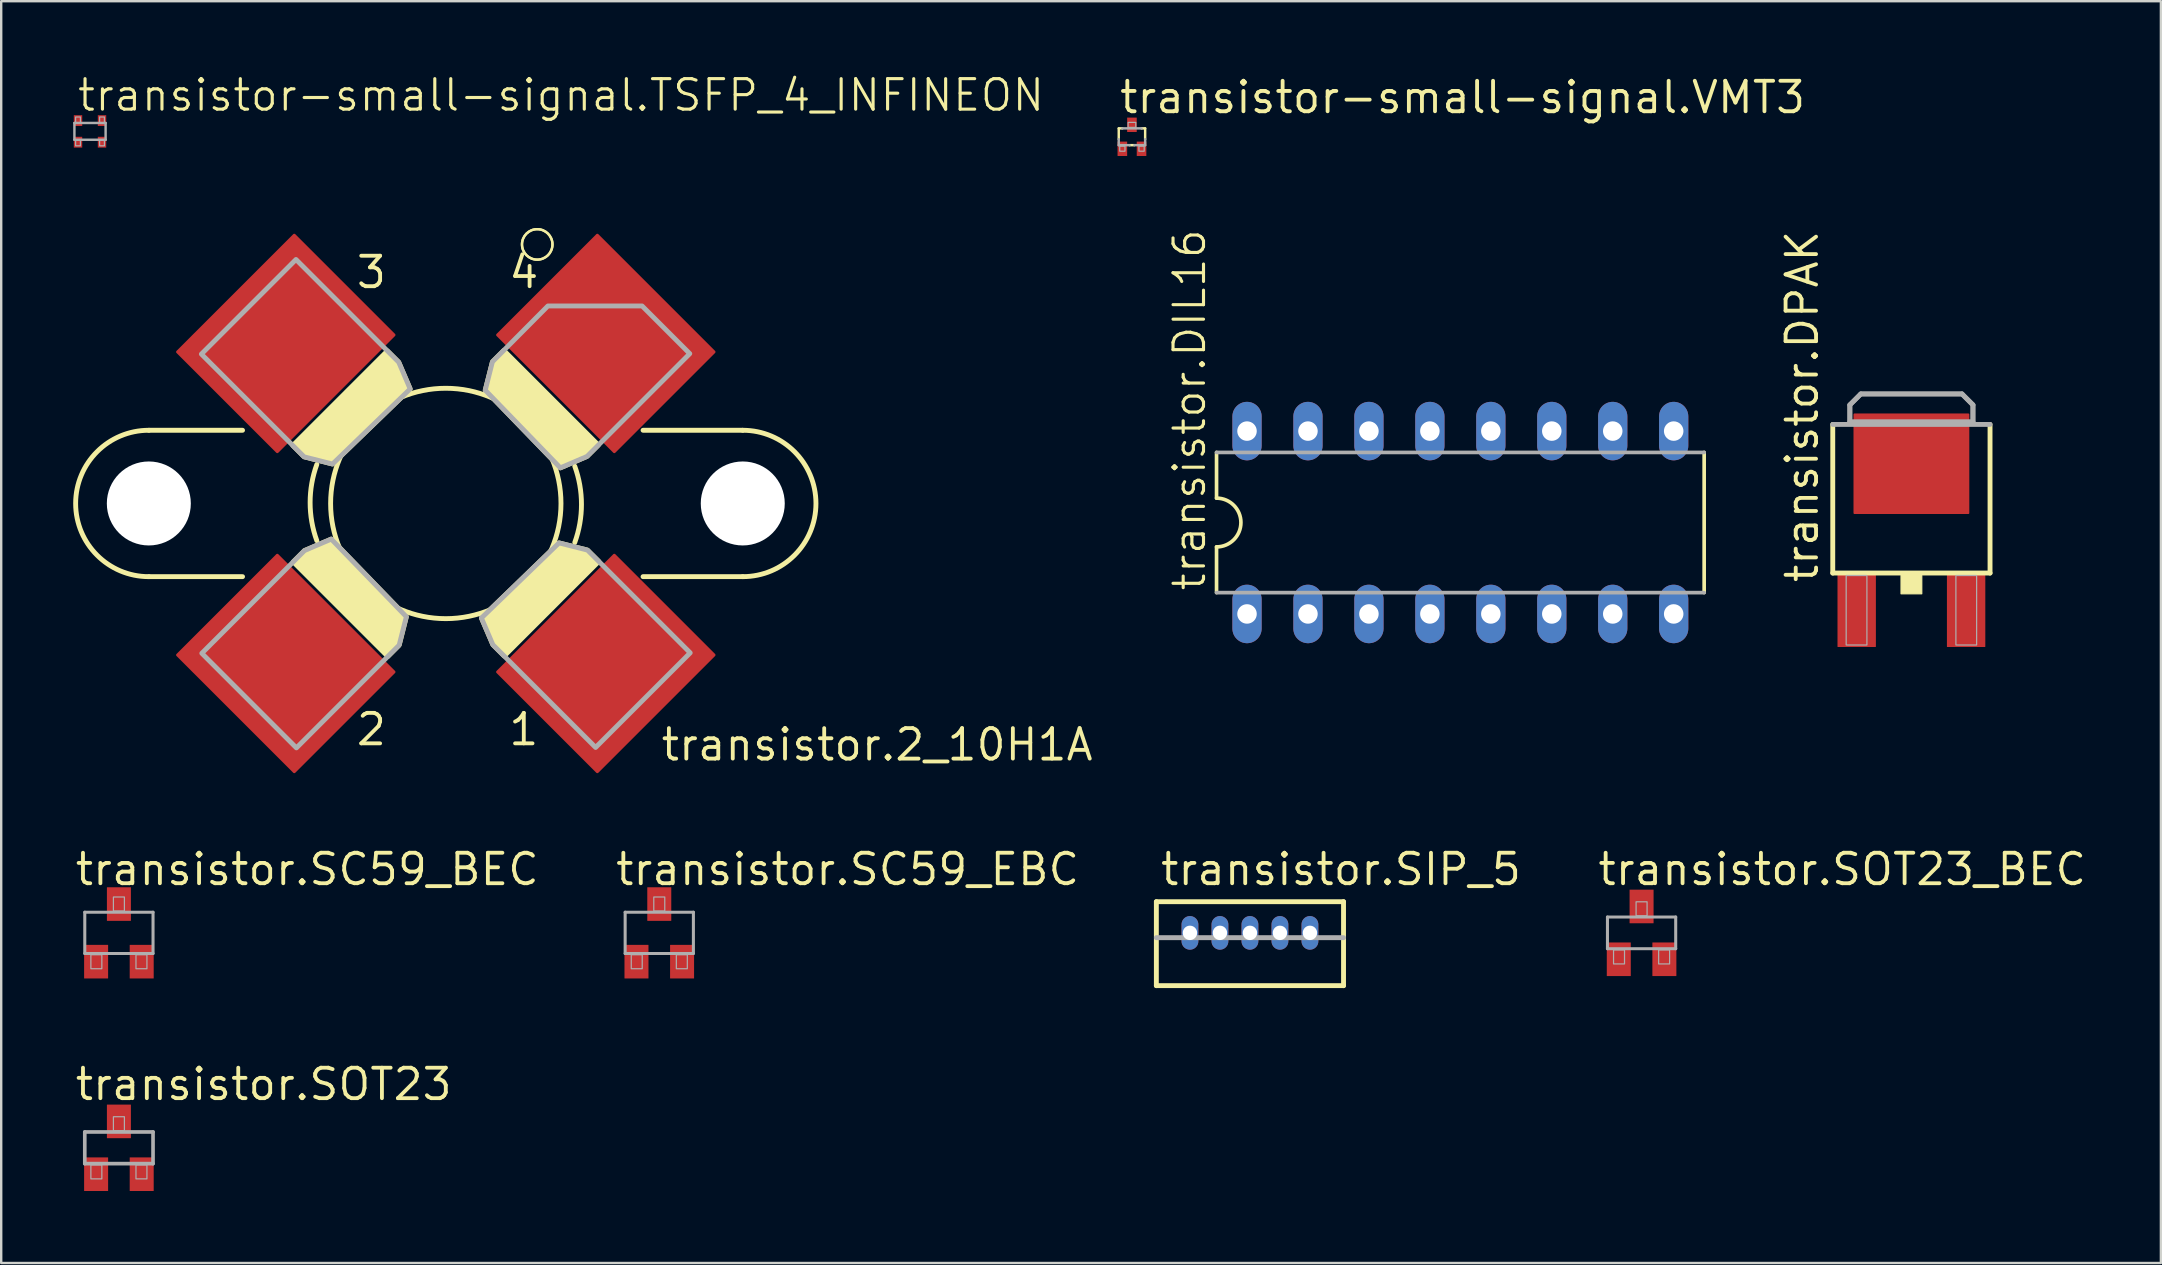
<source format=kicad_pcb>
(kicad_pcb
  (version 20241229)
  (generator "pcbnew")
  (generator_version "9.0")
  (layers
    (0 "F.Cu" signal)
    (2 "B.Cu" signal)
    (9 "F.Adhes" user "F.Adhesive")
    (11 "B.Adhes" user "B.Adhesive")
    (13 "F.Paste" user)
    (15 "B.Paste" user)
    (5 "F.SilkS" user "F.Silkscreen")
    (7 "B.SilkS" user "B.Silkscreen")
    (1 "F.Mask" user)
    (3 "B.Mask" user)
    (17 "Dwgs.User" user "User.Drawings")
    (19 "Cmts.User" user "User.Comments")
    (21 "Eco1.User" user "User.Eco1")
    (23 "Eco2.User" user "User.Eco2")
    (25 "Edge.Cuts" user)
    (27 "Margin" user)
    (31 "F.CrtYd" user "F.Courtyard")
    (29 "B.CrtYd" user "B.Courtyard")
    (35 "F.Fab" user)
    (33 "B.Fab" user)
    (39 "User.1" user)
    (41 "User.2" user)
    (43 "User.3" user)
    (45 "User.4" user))
  (footprint "transistor.SC59_EBC"
    (layer "F.Cu")
    (at 24.423 35.824)
    (property "Reference" "transistor.SC59_EBC" (at -1.905 -1.905 0) (layer "F.SilkS") (effects (font (size 1.27 1.27) (thickness 0.16)) (justify left bottom)))
    (attr smd)
    (fp_line (start -1.422 -0.86) (end 1.422 -0.86) (stroke (width 0.127) (type default)) (layer "F.Fab"))
    (fp_line (start -1.422 0.86) (end -1.422 -0.86) (stroke (width 0.127) (type default)) (layer "F.Fab"))
    (fp_line (start 1.422 -0.86) (end 1.422 0.86) (stroke (width 0.127) (type default)) (layer "F.Fab"))
    (fp_line (start 1.422 0.86) (end -1.422 0.86) (stroke (width 0.127) (type default)) (layer "F.Fab"))
    (fp_rect (start -1.168 1.495) (end -0.711 0.911) (stroke (width 0.05) (type default)) (fill no) (layer "F.Fab"))
    (fp_rect (start -0.229 -0.911) (end 0.229 -1.495) (stroke (width 0.05) (type default)) (fill no) (layer "F.Fab"))
    (fp_rect (start 0.711 1.495) (end 1.168 0.911) (stroke (width 0.05) (type default)) (fill no) (layer "F.Fab"))
    (pad "B" smd roundrect (at 0.95 1.2) (size 1 1.4) (layers "F.Cu" "F.Mask" "F.Paste") (roundrect_rratio 0.01))
    (pad "C" smd roundrect (at 0 -1.2) (size 1 1.4) (layers "F.Cu" "F.Mask" "F.Paste") (roundrect_rratio 0.01))
    (pad "E" smd roundrect (at -0.95 1.2) (size 1 1.4) (layers "F.Cu" "F.Mask" "F.Paste") (roundrect_rratio 0.01)))
  (footprint "transistor.SIP_5"
    (layer "F.Cu")
    (at 49.037 35.824)
    (property "Reference" "transistor.SIP_5" (at -3.81 -1.905 0) (layer "F.SilkS") (effects (font (size 1.27 1.27) (thickness 0.16)) (justify left bottom)))
    (attr through_hole)
    (fp_line (start -3.9 -1.3) (end -3.9 2.2) (stroke (width 0.203) (type default)) (layer "F.SilkS"))
    (fp_line (start -3.9 -1.3) (end 3.9 -1.3) (stroke (width 0.203) (type default)) (layer "F.SilkS"))
    (fp_line (start -3.9 2.2) (end 3.9 2.2) (stroke (width 0.203) (type default)) (layer "F.SilkS"))
    (fp_line (start 3.9 -1.3) (end 3.9 2.2) (stroke (width 0.203) (type default)) (layer "F.SilkS"))
    (fp_line (start -3.9 0.2) (end 3.9 0.2) (stroke (width 0.203) (type default)) (layer "F.Fab"))
    (pad "1" thru_hole oval (at -2.5 0 90) (size 1.4 0.7) (drill 0.6) (layers "*.Cu" "*.Mask"))
    (pad "2" thru_hole oval (at -1.25 0 90) (size 1.4 0.7) (drill 0.6) (layers "*.Cu" "*.Mask"))
    (pad "3" thru_hole oval (at 0 0 90) (size 1.4 0.7) (drill 0.6) (layers "*.Cu" "*.Mask"))
    (pad "4" thru_hole oval (at 1.25 0 90) (size 1.4 0.7) (drill 0.6) (layers "*.Cu" "*.Mask"))
    (pad "5" thru_hole oval (at 2.5 0 90) (size 1.4 0.7) (drill 0.6) (layers "*.Cu" "*.Mask")))
  (footprint "transistor.SC59_BEC"
    (layer "F.Cu")
    (at 1.905 35.824)
    (property "Reference" "transistor.SC59_BEC" (at -1.905 -1.905 0) (layer "F.SilkS") (effects (font (size 1.27 1.27) (thickness 0.16)) (justify left bottom)))
    (attr smd)
    (fp_line (start -1.422 -0.86) (end 1.422 -0.86) (stroke (width 0.127) (type default)) (layer "F.Fab"))
    (fp_line (start -1.422 0.86) (end -1.422 -0.86) (stroke (width 0.127) (type default)) (layer "F.Fab"))
    (fp_line (start 1.422 -0.86) (end 1.422 0.86) (stroke (width 0.127) (type default)) (layer "F.Fab"))
    (fp_line (start 1.422 0.86) (end -1.422 0.86) (stroke (width 0.127) (type default)) (layer "F.Fab"))
    (fp_rect (start -1.168 1.495) (end -0.711 0.911) (stroke (width 0.05) (type default)) (fill no) (layer "F.Fab"))
    (fp_rect (start -0.229 -0.911) (end 0.229 -1.495) (stroke (width 0.05) (type default)) (fill no) (layer "F.Fab"))
    (fp_rect (start 0.711 1.495) (end 1.168 0.911) (stroke (width 0.05) (type default)) (fill no) (layer "F.Fab"))
    (pad "B" smd roundrect (at -0.95 1.2) (size 1 1.4) (layers "F.Cu" "F.Mask" "F.Paste") (roundrect_rratio 0.01))
    (pad "C" smd roundrect (at 0 -1.2) (size 1 1.4) (layers "F.Cu" "F.Mask" "F.Paste") (roundrect_rratio 0.01))
    (pad "E" smd roundrect (at 0.95 1.2) (size 1 1.4) (layers "F.Cu" "F.Mask" "F.Paste") (roundrect_rratio 0.01)))
  (footprint "transistor-small-signal.VMT3"
    (layer "F.Cu")
    (at 44.12 2.65)
    (property "Reference" "transistor-small-signal.VMT3" (at -0.6 -0.9 0) (layer "F.SilkS") (effects (font (size 1.27 1.27) (thickness 0.16)) (justify left bottom)))
    (attr smd)
    (fp_line (start -0.55 -0.35) (end -0.4 -0.35) (stroke (width 0.102) (type default)) (layer "F.SilkS"))
    (fp_line (start -0.55 0.1) (end -0.55 -0.35) (stroke (width 0.102) (type default)) (layer "F.SilkS"))
    (fp_line (start 0.1 0.35) (end -0.1 0.35) (stroke (width 0.102) (type default)) (layer "F.SilkS"))
    (fp_line (start 0.4 -0.35) (end 0.55 -0.35) (stroke (width 0.102) (type default)) (layer "F.SilkS"))
    (fp_line (start 0.55 -0.35) (end 0.55 0.1) (stroke (width 0.102) (type default)) (layer "F.SilkS"))
    (fp_line (start -0.55 0.1) (end -0.55 0.35) (stroke (width 0.102) (type default)) (layer "F.Fab"))
    (fp_line (start -0.4 -0.35) (end 0.4 -0.35) (stroke (width 0.102) (type default)) (layer "F.Fab"))
    (fp_line (start -0.1 0.35) (end -0.55 0.35) (stroke (width 0.102) (type default)) (layer "F.Fab"))
    (fp_line (start 0.55 0.1) (end 0.55 0.35) (stroke (width 0.102) (type default)) (layer "F.Fab"))
    (fp_line (start 0.55 0.35) (end 0.1 0.35) (stroke (width 0.102) (type default)) (layer "F.Fab"))
    (fp_rect (start -0.51 0.6) (end -0.29 0.39) (stroke (width 0.05) (type default)) (fill no) (layer "F.Fab"))
    (fp_rect (start -0.16 -0.39) (end 0.16 -0.6) (stroke (width 0.05) (type default)) (fill no) (layer "F.Fab"))
    (fp_rect (start 0.29 0.6) (end 0.51 0.39) (stroke (width 0.05) (type default)) (fill no) (layer "F.Fab"))
    (pad "B" smd roundrect (at -0.4 0.5) (size 0.4 0.6) (layers "F.Cu" "F.Mask" "F.Paste") (roundrect_rratio 0.01))
    (pad "C" smd roundrect (at 0 -0.5) (size 0.4 0.6) (layers "F.Cu" "F.Mask" "F.Paste") (roundrect_rratio 0.01))
    (pad "E" smd roundrect (at 0.4 0.5) (size 0.4 0.6) (layers "F.Cu" "F.Mask" "F.Paste") (roundrect_rratio 0.01)))
  (footprint "transistor.DPAK"
    (layer "F.Cu")
    (at 76.601 18.371)
    (property "Reference" "transistor.DPAK" (at -3.81 2.94 90) (layer "F.SilkS") (effects (font (size 1.27 1.27) (thickness 0.16)) (justify left bottom)))
    (attr smd)
    (fp_line (start -3.277 2.459) (end -3.277 -3.735) (stroke (width 0.203) (type default)) (layer "F.SilkS"))
    (fp_line (start 3.277 -3.735) (end 3.277 2.459) (stroke (width 0.203) (type default)) (layer "F.SilkS"))
    (fp_line (start 3.277 2.459) (end -3.277 2.459) (stroke (width 0.203) (type default)) (layer "F.SilkS"))
    (fp_rect (start -0.432 3.323) (end 0.432 2.561) (stroke (width 0.05) (type default)) (fill yes) (layer "F.SilkS"))
    (fp_line (start -3.277 -3.735) (end 3.277 -3.735) (stroke (width 0.203) (type default)) (layer "F.Fab"))
    (fp_line (start -2.565 -4.548) (end -2.108 -5.005) (stroke (width 0.203) (type default)) (layer "F.Fab"))
    (fp_line (start -2.565 -3.837) (end -2.565 -4.548) (stroke (width 0.203) (type default)) (layer "F.Fab"))
    (fp_line (start -2.108 -5.005) (end 2.108 -5.005) (stroke (width 0.203) (type default)) (layer "F.Fab"))
    (fp_line (start 2.108 -5.005) (end 2.565 -4.548) (stroke (width 0.203) (type default)) (layer "F.Fab"))
    (fp_line (start 2.565 -4.548) (end 2.565 -3.837) (stroke (width 0.203) (type default)) (layer "F.Fab"))
    (fp_line (start 2.565 -3.837) (end -2.565 -3.837) (stroke (width 0.203) (type default)) (layer "F.Fab"))
    (fp_rect (start -2.718 5.456) (end -1.854 2.561) (stroke (width 0.05) (type default)) (fill no) (layer "F.Fab"))
    (fp_rect (start 1.854 5.456) (end 2.718 2.561) (stroke (width 0.05) (type default)) (fill no) (layer "F.Fab"))
    (fp_poly (pts (xy -2.565 -3.837) (xy -2.565 -4.548) (xy -2.108 -5.005) (xy 2.108 -5.005) (xy 2.565 -4.548) (xy 2.565 -3.837)) (stroke (width 0.2) (type default)) (fill no) (layer "F.Fab"))
    (pad "1" smd roundrect (at -2.28 4.04) (size 1.6 3) (layers "F.Cu" "F.Mask" "F.Paste") (roundrect_rratio 0.01))
    (pad "3" smd roundrect (at 2.28 4.04) (size 1.6 3) (layers "F.Cu" "F.Mask" "F.Paste") (roundrect_rratio 0.01))
    (pad "4" smd roundrect (at 0 -2.096) (size 4.826 4.191) (layers "F.Cu" "F.Mask" "F.Paste") (roundrect_rratio 0.01)))
  (footprint "transistor.SOT23_BEC"
    (layer "F.Cu")
    (at 65.357 35.824)
    (property "Reference" "transistor.SOT23_BEC" (at -1.905 -1.905 0) (layer "F.SilkS") (effects (font (size 1.27 1.27) (thickness 0.16)) (justify left bottom)))
    (attr smd)
    (fp_line (start -1.422 -0.66) (end 1.422 -0.66) (stroke (width 0.127) (type default)) (layer "F.Fab"))
    (fp_line (start -1.422 0.66) (end -1.422 -0.66) (stroke (width 0.127) (type default)) (layer "F.Fab"))
    (fp_line (start 1.422 -0.66) (end 1.422 0.66) (stroke (width 0.127) (type default)) (layer "F.Fab"))
    (fp_line (start 1.422 0.66) (end -1.422 0.66) (stroke (width 0.127) (type default)) (layer "F.Fab"))
    (fp_rect (start -1.168 1.295) (end -0.711 0.711) (stroke (width 0.05) (type default)) (fill no) (layer "F.Fab"))
    (fp_rect (start -0.229 -0.711) (end 0.229 -1.295) (stroke (width 0.05) (type default)) (fill no) (layer "F.Fab"))
    (fp_rect (start 0.711 1.295) (end 1.168 0.711) (stroke (width 0.05) (type default)) (fill no) (layer "F.Fab"))
    (pad "B" smd roundrect (at -0.95 1.1) (size 1 1.4) (layers "F.Cu" "F.Mask" "F.Paste") (roundrect_rratio 0.01))
    (pad "C" smd roundrect (at 0 -1.1) (size 1 1.4) (layers "F.Cu" "F.Mask" "F.Paste") (roundrect_rratio 0.01))
    (pad "E" smd roundrect (at 0.95 1.1) (size 1 1.4) (layers "F.Cu" "F.Mask" "F.Paste") (roundrect_rratio 0.01)))
  (footprint "transistor.DIL16"
    (layer "F.Cu")
    (at 57.805 18.724)
    (property "Reference" "transistor.DIL16" (at -10.541 2.921 90) (layer "F.SilkS") (effects (font (size 1.27 1.27) (thickness 0.13)) (justify left bottom)))
    (attr through_hole)
    (fp_line (start -10.16 -2.921) (end -10.16 -1.016) (stroke (width 0.152) (type default)) (layer "F.SilkS"))
    (fp_line (start -10.16 2.921) (end -10.16 1.016) (stroke (width 0.152) (type default)) (layer "F.SilkS"))
    (fp_line (start 10.16 -2.921) (end 10.16 2.921) (stroke (width 0.152) (type default)) (layer "F.SilkS"))
    (fp_arc (start -10.16 -1.016) (mid -9.144 0) (end -10.16 1.016) (stroke (width 0.1524) (type default)) (layer "F.SilkS"))
    (fp_line (start -10.16 2.921) (end 10.16 2.921) (stroke (width 0.152) (type default)) (layer "F.Fab"))
    (fp_line (start 10.16 -2.921) (end -10.16 -2.921) (stroke (width 0.152) (type default)) (layer "F.Fab"))
    (pad "1" thru_hole oval (at -8.89 3.81 90) (size 2.438 1.219) (drill 0.813) (layers "*.Cu" "*.Mask"))
    (pad "2" thru_hole oval (at -6.35 3.81 90) (size 2.438 1.219) (drill 0.813) (layers "*.Cu" "*.Mask"))
    (pad "3" thru_hole oval (at -3.81 3.81 90) (size 2.438 1.219) (drill 0.813) (layers "*.Cu" "*.Mask"))
    (pad "4" thru_hole oval (at -1.27 3.81 90) (size 2.438 1.219) (drill 0.813) (layers "*.Cu" "*.Mask"))
    (pad "5" thru_hole oval (at 1.27 3.81 90) (size 2.438 1.219) (drill 0.813) (layers "*.Cu" "*.Mask"))
    (pad "6" thru_hole oval (at 3.81 3.81 90) (size 2.438 1.219) (drill 0.813) (layers "*.Cu" "*.Mask"))
    (pad "7" thru_hole oval (at 6.35 3.81 90) (size 2.438 1.219) (drill 0.813) (layers "*.Cu" "*.Mask"))
    (pad "8" thru_hole oval (at 8.89 3.81 90) (size 2.438 1.219) (drill 0.813) (layers "*.Cu" "*.Mask"))
    (pad "9" thru_hole oval (at 8.89 -3.81 90) (size 2.438 1.219) (drill 0.813) (layers "*.Cu" "*.Mask"))
    (pad "10" thru_hole oval (at 6.35 -3.81 90) (size 2.438 1.219) (drill 0.813) (layers "*.Cu" "*.Mask"))
    (pad "11" thru_hole oval (at 3.81 -3.81 90) (size 2.438 1.219) (drill 0.813) (layers "*.Cu" "*.Mask"))
    (pad "12" thru_hole oval (at 1.27 -3.81 90) (size 2.438 1.219) (drill 0.813) (layers "*.Cu" "*.Mask"))
    (pad "13" thru_hole oval (at -1.27 -3.81 90) (size 2.438 1.219) (drill 0.813) (layers "*.Cu" "*.Mask"))
    (pad "14" thru_hole oval (at -3.81 -3.81 90) (size 2.438 1.219) (drill 0.813) (layers "*.Cu" "*.Mask"))
    (pad "15" thru_hole oval (at -6.35 -3.81 90) (size 2.438 1.219) (drill 0.813) (layers "*.Cu" "*.Mask"))
    (pad "16" thru_hole oval (at -8.89 -3.81 90) (size 2.438 1.219) (drill 0.813) (layers "*.Cu" "*.Mask")))
  (footprint "transistor-small-signal.TSFP_4_INFINEON"
    (layer "F.Cu")
    (at 0.701 2.425)
    (property "Reference" "transistor-small-signal.TSFP_4_INFINEON" (at -0.595 -0.765 0) (layer "F.SilkS") (effects (font (size 1.27 1.27) (thickness 0.13)) (justify left bottom)))
    (attr smd)
    (fp_line (start -0.65 -0.35) (end 0.65 -0.35) (stroke (width 0.102) (type default)) (layer "F.Fab"))
    (fp_line (start -0.65 0.35) (end -0.65 -0.35) (stroke (width 0.102) (type default)) (layer "F.Fab"))
    (fp_line (start 0.65 -0.35) (end 0.65 0.35) (stroke (width 0.102) (type default)) (layer "F.Fab"))
    (fp_line (start 0.65 0.35) (end -0.65 0.35) (stroke (width 0.102) (type default)) (layer "F.Fab"))
    (fp_rect (start -0.6 -0.35) (end -0.4 -0.6) (stroke (width 0.05) (type default)) (fill no) (layer "F.Fab"))
    (fp_rect (start -0.6 0.6) (end -0.4 0.35) (stroke (width 0.05) (type default)) (fill no) (layer "F.Fab"))
    (fp_rect (start 0.4 -0.35) (end 0.6 -0.6) (stroke (width 0.05) (type default)) (fill no) (layer "F.Fab"))
    (fp_rect (start 0.4 0.6) (end 0.6 0.35) (stroke (width 0.05) (type default)) (fill no) (layer "F.Fab"))
    (pad "1" smd roundrect (at -0.5 0.45) (size 0.35 0.45) (layers "F.Cu" "F.Mask" "F.Paste") (roundrect_rratio 0.01))
    (pad "2" smd roundrect (at 0.5 0.45) (size 0.35 0.45) (layers "F.Cu" "F.Mask" "F.Paste") (roundrect_rratio 0.01))
    (pad "3" smd roundrect (at 0.5 -0.45) (size 0.35 0.45) (layers "F.Cu" "F.Mask" "F.Paste") (roundrect_rratio 0.01))
    (pad "4" smd roundrect (at -0.5 -0.45) (size 0.35 0.45) (layers "F.Cu" "F.Mask" "F.Paste") (roundrect_rratio 0.01)))
  (footprint "transistor.SOT23"
    (layer "F.Cu")
    (at 1.905 44.781)
    (property "Reference" "transistor.SOT23" (at -1.905 -1.905 0) (layer "F.SilkS") (effects (font (size 1.27 1.27) (thickness 0.16)) (justify left bottom)))
    (attr smd)
    (fp_line (start -1.422 -0.66) (end 1.422 -0.66) (stroke (width 0.152) (type default)) (layer "F.Fab"))
    (fp_line (start -1.422 0.66) (end -1.422 -0.66) (stroke (width 0.152) (type default)) (layer "F.Fab"))
    (fp_line (start 1.422 -0.66) (end 1.422 0.66) (stroke (width 0.152) (type default)) (layer "F.Fab"))
    (fp_line (start 1.422 0.66) (end -1.422 0.66) (stroke (width 0.152) (type default)) (layer "F.Fab"))
    (fp_rect (start -1.168 1.295) (end -0.711 0.711) (stroke (width 0.05) (type default)) (fill no) (layer "F.Fab"))
    (fp_rect (start -0.229 -0.711) (end 0.229 -1.295) (stroke (width 0.05) (type default)) (fill no) (layer "F.Fab"))
    (fp_rect (start 0.711 1.295) (end 1.168 0.711) (stroke (width 0.05) (type default)) (fill no) (layer "F.Fab"))
    (pad "1" smd roundrect (at -0.95 1.1) (size 1 1.4) (layers "F.Cu" "F.Mask" "F.Paste") (roundrect_rratio 0.01))
    (pad "2" smd roundrect (at 0.95 1.1) (size 1 1.4) (layers "F.Cu" "F.Mask" "F.Paste") (roundrect_rratio 0.01))
    (pad "3" smd roundrect (at 0 -1.1) (size 1 1.4) (layers "F.Cu" "F.Mask" "F.Paste") (roundrect_rratio 0.01)))
  (footprint "transistor.2_10H1A"
    (layer "F.Cu")
    (at 15.527 17.93)
    (property "Reference" "transistor.2_10H1A" (at 8.89 10.795 0) (layer "F.SilkS") (effects (font (size 1.27 1.27) (thickness 0.16)) (justify left bottom)))
    (attr smd)
    (fp_circle (center 3.81 -10.795) (end 4.445 -10.795) (stroke (width 0.1) (type default)) (fill no) (layer "F.Mask"))
    (fp_line (start -12.375 -3.05) (end -8.47 -3.05) (stroke (width 0.203) (type default)) (layer "F.SilkS"))
    (fp_line (start -8.47 3.05) (end -12.375 3.05) (stroke (width 0.203) (type default)) (layer "F.SilkS"))
    (fp_line (start 8.22 -3.05) (end 12.375 -3.05) (stroke (width 0.203) (type default)) (layer "F.SilkS"))
    (fp_line (start 12.375 3.05) (end 8.22 3.05) (stroke (width 0.203) (type default)) (layer "F.SilkS"))
    (fp_arc (start -12.375 3.05) (mid -15.425 0) (end -12.375 -3.05) (stroke (width 0.2032) (type default)) (layer "F.SilkS"))
    (fp_arc (start -5.375 1.55) (mid -5.653773 -0.0375) (end -5.375 -1.625) (stroke (width 0.2032) (type default)) (layer "F.SilkS"))
    (fp_arc (start 5.375 -1.55) (mid 5.653773 0.0375) (end 5.375 1.625) (stroke (width 0.2032) (type default)) (layer "F.SilkS"))
    (fp_arc (start 12.375 -3.05) (mid 15.425 0) (end 12.375 3.05) (stroke (width 0.2032) (type default)) (layer "F.SilkS"))
    (fp_circle (center 0 0) (end 4.8 0) (stroke (width 0.203) (type default)) (fill no) (layer "F.SilkS"))
    (fp_circle (center 3.81 -10.795) (end 4.445 -10.795) (stroke (width 0.1) (type default)) (fill no) (layer "F.SilkS"))
    (fp_circle (center 3.81 -10.795) (end 4.445 -10.795) (stroke (width 0.1) (type default)) (fill no) (layer "F.SilkS"))
    (fp_poly (pts (xy -5.887 1.962) (xy -4.773 1.485) (xy -1.644 4.72) (xy -1.944 5.904) (xy -2.415 6.375) (xy -6.357 2.433)) (stroke (width 0.203) (type default)) (fill yes) (layer "F.SilkS"))
    (fp_poly (pts (xy -1.962 -5.887) (xy -1.485 -4.773) (xy -4.72 -1.644) (xy -5.904 -1.944) (xy -6.375 -2.415) (xy -2.433 -6.357)) (stroke (width 0.203) (type default)) (fill yes) (layer "F.SilkS"))
    (fp_poly (pts (xy 1.962 5.887) (xy 1.485 4.773) (xy 4.72 1.644) (xy 5.904 1.944) (xy 6.375 2.415) (xy 2.433 6.357)) (stroke (width 0.203) (type default)) (fill yes) (layer "F.SilkS"))
    (fp_poly (pts (xy 5.887 -1.962) (xy 4.773 -1.485) (xy 1.644 -4.72) (xy 1.944 -5.904) (xy 2.415 -6.375) (xy 6.357 -2.433)) (stroke (width 0.203) (type default)) (fill yes) (layer "F.SilkS"))
    (fp_poly (pts (xy -5.887 1.962) (xy -4.773 1.485) (xy -1.644 4.72) (xy -1.944 5.904) (xy -6.225 10.185) (xy -10.167 6.243)) (stroke (width 0.203) (type default)) (fill no) (layer "F.Fab"))
    (fp_poly (pts (xy -1.962 -5.887) (xy -1.485 -4.773) (xy -4.72 -1.644) (xy -5.904 -1.944) (xy -10.185 -6.225) (xy -6.243 -10.167)) (stroke (width 0.203) (type default)) (fill no) (layer "F.Fab"))
    (fp_poly (pts (xy 1.962 5.887) (xy 1.485 4.773) (xy 4.72 1.644) (xy 5.904 1.944) (xy 10.185 6.225) (xy 6.243 10.167)) (stroke (width 0.203) (type default)) (fill no) (layer "F.Fab"))
    (fp_poly (pts (xy 5.887 -1.962) (xy 4.773 -1.485) (xy 1.644 -4.72) (xy 1.944 -5.904) (xy 4.255 -8.23) (xy 8.18 -8.23) (xy 10.167 -6.243)) (stroke (width 0.203) (type default)) (fill no) (layer "F.Fab"))
    (fp_text user "2" (at -3.81 10.16 0) (layer "F.SilkS") (effects (font (size 1.27 1.27) (thickness 0.16)) (justify left bottom)))
    (fp_text user "3" (at -3.81 -8.89 0) (layer "F.SilkS") (effects (font (size 1.27 1.27) (thickness 0.16)) (justify left bottom)))
    (fp_text user "1" (at 2.54 10.16 0) (layer "F.SilkS") (effects (font (size 1.27 1.27) (thickness 0.16)) (justify left bottom)))
    (fp_text user "4" (at 2.54 -8.89 0) (layer "F.SilkS") (effects (font (size 1.27 1.27) (thickness 0.16)) (justify left bottom)))
    (pad "" np_thru_hole circle (at -12.375 0) (size 3.5 3.5) (drill 3.5) (layers "*.Cu" "*.Mask"))
    (pad "" np_thru_hole circle (at 12.375 0) (size 3.5 3.5) (drill 3.5) (layers "*.Cu" "*.Mask"))
    (pad "1" smd roundrect (at 6.668 6.668 45) (size 7 6) (layers "F.Cu" "F.Mask" "F.Paste") (roundrect_rratio 0.01))
    (pad "2" smd roundrect (at -6.668 6.668 315) (size 7 6) (layers "F.Cu" "F.Mask" "F.Paste") (roundrect_rratio 0.01))
    (pad "3" smd roundrect (at -6.668 -6.668 225) (size 7 6) (layers "F.Cu" "F.Mask" "F.Paste") (roundrect_rratio 0.01))
    (pad "4" smd roundrect (at 6.668 -6.668 135) (size 7 6) (layers "F.Cu" "F.Mask" "F.Paste") (roundrect_rratio 0.01)))
  (gr_rect
    (start -3 -3)
    (end 86.998 49.581)
    (stroke (width 0.1) (type default))
    (fill no)
    (layer "Edge.Cuts")))
</source>
